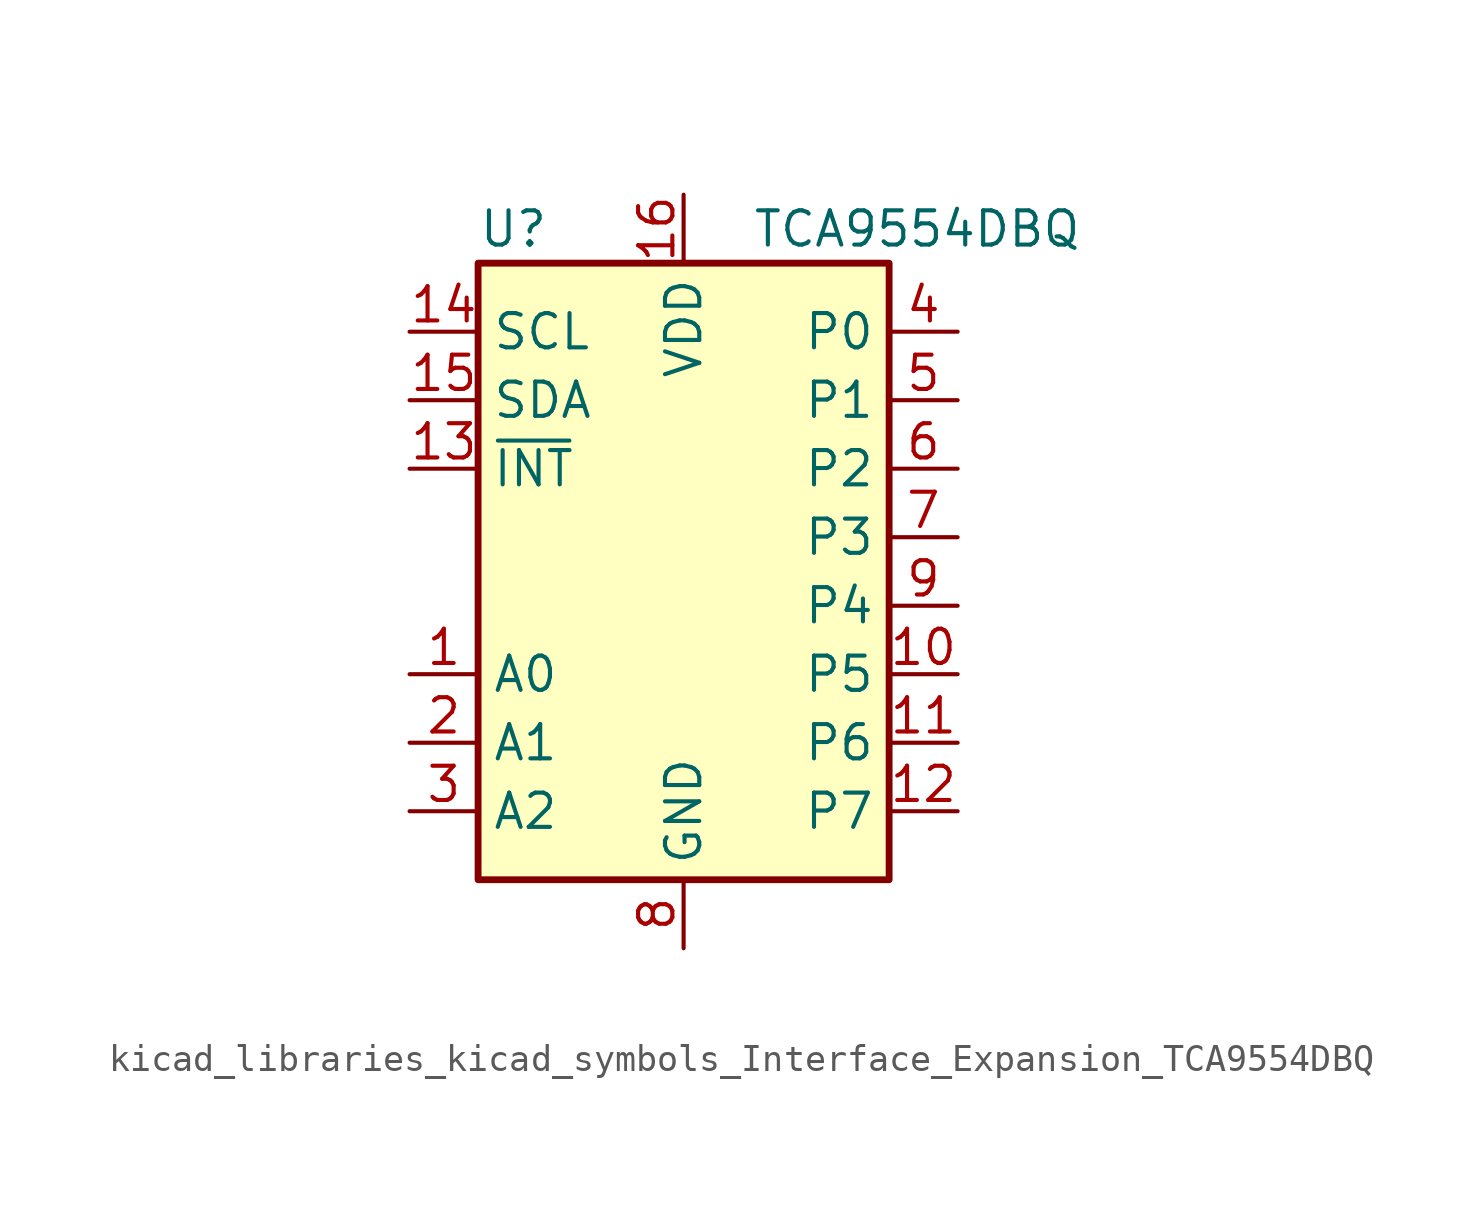
<source format=kicad_sym>
(kicad_symbol_lib
  (version 20220914)
  (generator kicad_symbol_editor)
  (symbol "kicad_libraries_kicad_symbols_Interface_Expansion_TCA9554DBQ"
    (property "Reference" "U"
      (at -7.62 11.43 0)
      (effects (font (size 1.27 1.27)) (justify left)))
    (property "Value" "TCA9554DBQ"
      (at 2.54 11.43 0)
      (effects (font (size 1.27 1.27)) (justify left)))
    (symbol "kicad_libraries_kicad_symbols_Interface_Expansion_TCA9554DBQ_0_1"
      (rectangle (start -7.62 -12.7) (end 7.62 10.16) (stroke (width 0.254) (type default)) (fill (type background))))
    (symbol "kicad_libraries_kicad_symbols_Interface_Expansion_TCA9554DBQ_1_1"
      (pin input line (at -10.16 -5.08 0) (length 2.54) (name "A0" (effects (font (size 1.27 1.27)))) (number "1" (effects (font (size 1.27 1.27)))))
      (pin bidirectional line (at 10.16 -5.08 180) (length 2.54) (name "P5" (effects (font (size 1.27 1.27)))) (number "10" (effects (font (size 1.27 1.27)))))
      (pin bidirectional line (at 10.16 -7.62 180) (length 2.54) (name "P6" (effects (font (size 1.27 1.27)))) (number "11" (effects (font (size 1.27 1.27)))))
      (pin bidirectional line (at 10.16 -10.16 180) (length 2.54) (name "P7" (effects (font (size 1.27 1.27)))) (number "12" (effects (font (size 1.27 1.27)))))
      (pin open_collector line (at -10.16 2.54 0) (length 2.54) (name "~{INT}" (effects (font (size 1.27 1.27)))) (number "13" (effects (font (size 1.27 1.27)))))
      (pin input line (at -10.16 7.62 0) (length 2.54) (name "SCL" (effects (font (size 1.27 1.27)))) (number "14" (effects (font (size 1.27 1.27)))))
      (pin bidirectional line (at -10.16 5.08 0) (length 2.54) (name "SDA" (effects (font (size 1.27 1.27)))) (number "15" (effects (font (size 1.27 1.27)))))
      (pin power_in line (at 0 12.7 270) (length 2.54) (name "VDD" (effects (font (size 1.27 1.27)))) (number "16" (effects (font (size 1.27 1.27)))))
      (pin input line (at -10.16 -7.62 0) (length 2.54) (name "A1" (effects (font (size 1.27 1.27)))) (number "2" (effects (font (size 1.27 1.27)))))
      (pin input line (at -10.16 -10.16 0) (length 2.54) (name "A2" (effects (font (size 1.27 1.27)))) (number "3" (effects (font (size 1.27 1.27)))))
      (pin bidirectional line (at 10.16 7.62 180) (length 2.54) (name "P0" (effects (font (size 1.27 1.27)))) (number "4" (effects (font (size 1.27 1.27)))))
      (pin bidirectional line (at 10.16 5.08 180) (length 2.54) (name "P1" (effects (font (size 1.27 1.27)))) (number "5" (effects (font (size 1.27 1.27)))))
      (pin bidirectional line (at 10.16 2.54 180) (length 2.54) (name "P2" (effects (font (size 1.27 1.27)))) (number "6" (effects (font (size 1.27 1.27)))))
      (pin bidirectional line (at 10.16 0 180) (length 2.54) (name "P3" (effects (font (size 1.27 1.27)))) (number "7" (effects (font (size 1.27 1.27)))))
      (pin power_in line (at 0 -15.24 90) (length 2.54) (name "GND" (effects (font (size 1.27 1.27)))) (number "8" (effects (font (size 1.27 1.27)))))
      (pin bidirectional line (at 10.16 -2.54 180) (length 2.54) (name "P4" (effects (font (size 1.27 1.27)))) (number "9" (effects (font (size 1.27 1.27))))))))
</source>
